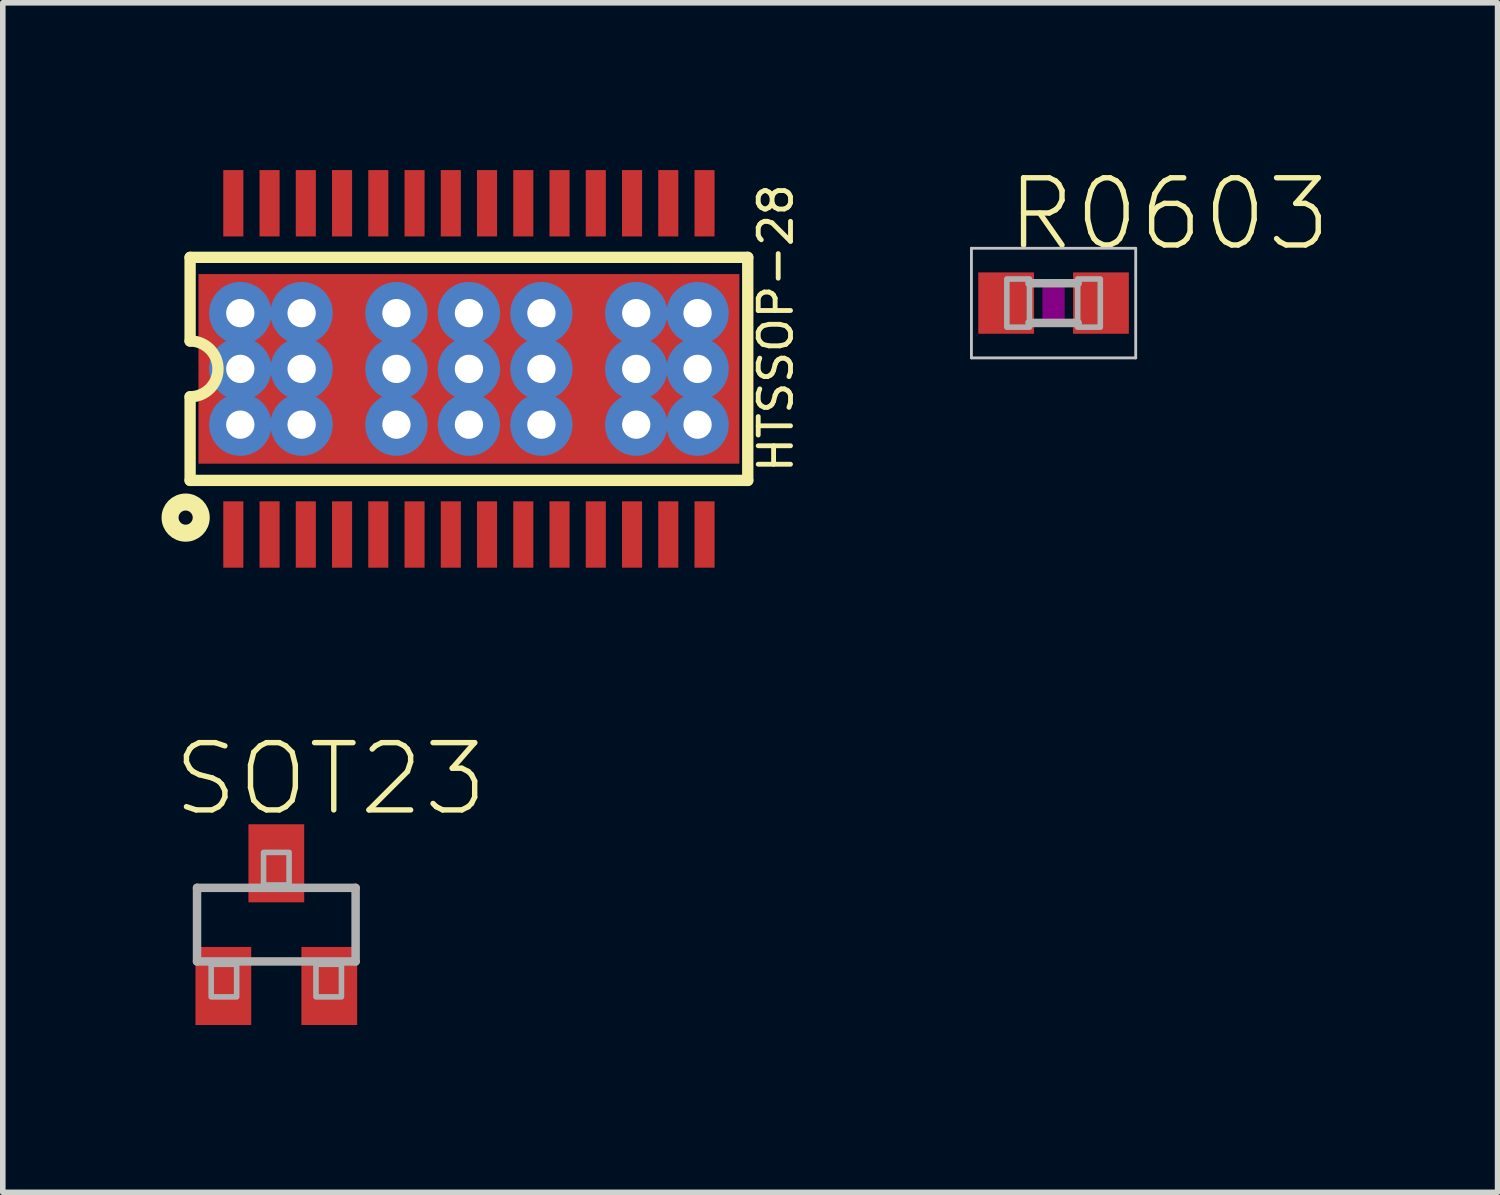
<source format=kicad_pcb>
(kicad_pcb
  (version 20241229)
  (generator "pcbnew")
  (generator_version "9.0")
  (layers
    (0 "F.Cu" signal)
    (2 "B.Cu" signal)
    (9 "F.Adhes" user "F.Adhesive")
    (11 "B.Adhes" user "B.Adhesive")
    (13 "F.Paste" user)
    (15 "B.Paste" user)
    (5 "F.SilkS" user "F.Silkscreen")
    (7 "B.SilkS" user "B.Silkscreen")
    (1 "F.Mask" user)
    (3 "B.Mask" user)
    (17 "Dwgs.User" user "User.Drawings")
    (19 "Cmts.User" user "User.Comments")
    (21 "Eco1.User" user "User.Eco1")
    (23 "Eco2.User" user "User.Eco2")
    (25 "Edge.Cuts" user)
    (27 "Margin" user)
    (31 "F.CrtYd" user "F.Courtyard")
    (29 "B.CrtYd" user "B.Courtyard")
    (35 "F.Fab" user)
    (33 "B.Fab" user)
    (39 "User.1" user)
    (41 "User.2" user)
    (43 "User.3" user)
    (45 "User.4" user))
  (footprint "R0603"
    (layer "F.Cu")
    (at 15.843 2.385)
    (property "Reference" "R0603" (at -0.889 -0.889 180) (layer "F.SilkS") (effects (font (size 1.206 1.206) (thickness 0.097)) (justify left bottom)))
    (attr through_hole)
    (fp_poly (pts (xy -0.2 0.4) (xy 0.2 0.4) (xy 0.2 -0.4) (xy -0.2 -0.4)) (stroke (width 0) (type solid)) (fill yes) (layer "F.Adhes"))
    (fp_line (start -1.473 -0.983) (end 1.473 -0.983) (stroke (width 0.051) (type solid)) (layer "Dwgs.User"))
    (fp_line (start -1.473 0.983) (end -1.473 -0.983) (stroke (width 0.051) (type solid)) (layer "Dwgs.User"))
    (fp_line (start 1.473 -0.983) (end 1.473 0.983) (stroke (width 0.051) (type solid)) (layer "Dwgs.User"))
    (fp_line (start 1.473 0.983) (end -1.473 0.983) (stroke (width 0.051) (type solid)) (layer "Dwgs.User"))
    (fp_line (start -0.432 0.356) (end 0.432 0.356) (stroke (width 0.152) (type solid)) (layer "F.Fab"))
    (fp_line (start 0.432 -0.356) (end -0.432 -0.356) (stroke (width 0.152) (type solid)) (layer "F.Fab"))
    (fp_poly (pts (xy -0.838 0.432) (xy -0.432 0.432) (xy -0.432 -0.432) (xy -0.838 -0.432)) (stroke (width 0.1) (type solid)) (fill no) (layer "F.Fab"))
    (fp_poly (pts (xy 0.432 0.432) (xy 0.838 0.432) (xy 0.838 -0.432) (xy 0.432 -0.432)) (stroke (width 0.1) (type solid)) (fill no) (layer "F.Fab"))
    (pad "1" smd rect (at -0.85 0) (size 1 1.1) (layers "F.Cu" "F.Mask" "F.Paste"))
    (pad "2" smd rect (at 0.85 0) (size 1 1.1) (layers "F.Cu" "F.Mask" "F.Paste")))
  (footprint "SOT23"
    (layer "F.Cu")
    (at 1.905 13.531)
    (property "Reference" "SOT23" (at -1.905 -1.905 180) (layer "F.SilkS") (effects (font (size 1.206 1.206) (thickness 0.097)) (justify left bottom)))
    (attr through_hole)
    (fp_line (start -1.422 -0.66) (end 1.422 -0.66) (stroke (width 0.152) (type solid)) (layer "F.Fab"))
    (fp_line (start -1.422 0.66) (end -1.422 -0.66) (stroke (width 0.152) (type solid)) (layer "F.Fab"))
    (fp_line (start 1.422 -0.66) (end 1.422 0.66) (stroke (width 0.152) (type solid)) (layer "F.Fab"))
    (fp_line (start 1.422 0.66) (end -1.422 0.66) (stroke (width 0.152) (type solid)) (layer "F.Fab"))
    (fp_poly (pts (xy -1.168 1.295) (xy -0.711 1.295) (xy -0.711 0.711) (xy -1.168 0.711)) (stroke (width 0.1) (type solid)) (fill no) (layer "F.Fab"))
    (fp_poly (pts (xy -0.229 -0.711) (xy 0.229 -0.711) (xy 0.229 -1.295) (xy -0.229 -1.295)) (stroke (width 0.1) (type solid)) (fill no) (layer "F.Fab"))
    (fp_poly (pts (xy 0.711 1.295) (xy 1.168 1.295) (xy 1.168 0.711) (xy 0.711 0.711)) (stroke (width 0.1) (type solid)) (fill no) (layer "F.Fab"))
    (pad "1" smd rect (at -0.95 1.1) (size 1 1.4) (layers "F.Cu" "F.Mask" "F.Paste"))
    (pad "2" smd rect (at 0.95 1.1) (size 1 1.4) (layers "F.Cu" "F.Mask" "F.Paste"))
    (pad "3" smd rect (at 0 -1.1) (size 1 1.4) (layers "F.Cu" "F.Mask" "F.Paste")))
  (footprint "HTSSOP-28"
    (layer "F.Cu")
    (at 5.359 3.565)
    (property "Reference" "HTSSOP-28" (at 5.842 1.905 90) (layer "F.SilkS") (effects (font (size 0.579 0.579) (thickness 0.087)) (justify left bottom)))
    (attr through_hole)
    (fp_poly (pts (xy -2.59 1.55) (xy 2.59 1.55) (xy 2.59 -1.55) (xy -2.59 -1.55)) (stroke (width 0) (type solid)) (fill yes) (layer "F.Mask"))
    (fp_line (start -5 -2) (end -5 -0.5) (stroke (width 0.203) (type solid)) (layer "F.SilkS"))
    (fp_line (start -5 -2) (end 5 -2) (stroke (width 0.203) (type solid)) (layer "F.SilkS"))
    (fp_line (start -5 0.5) (end -5 2) (stroke (width 0.203) (type solid)) (layer "F.SilkS"))
    (fp_line (start -5 2) (end 5 2) (stroke (width 0.203) (type solid)) (layer "F.SilkS"))
    (fp_line (start 5 -2) (end 5 2) (stroke (width 0.203) (type solid)) (layer "F.SilkS"))
    (fp_arc (start -5 -0.5) (mid -4.5 0) (end -5 0.5) (stroke (width 0.2032) (type solid)) (layer "F.SilkS"))
    (fp_circle (center -5.08 2.667) (end -4.953 2.667) (stroke (width 0.305) (type solid)) (fill no) (layer "F.SilkS"))
    (fp_poly (pts (xy -2.5 1.5) (xy 2.5 1.5) (xy 2.5 -1.5) (xy -2.5 -1.5)) (stroke (width 0) (type solid)) (fill yes) (layer "F.Paste"))
    (pad "1" smd rect (at -4.225 2.97) (size 0.36 1.19) (layers "F.Cu" "F.Mask" "F.Paste"))
    (pad "2" smd rect (at -3.575 2.97) (size 0.36 1.19) (layers "F.Cu" "F.Mask" "F.Paste"))
    (pad "3" smd rect (at -2.925 2.97) (size 0.36 1.19) (layers "F.Cu" "F.Mask" "F.Paste"))
    (pad "4" smd rect (at -2.275 2.97) (size 0.36 1.19) (layers "F.Cu" "F.Mask" "F.Paste"))
    (pad "5" smd rect (at -1.625 2.97) (size 0.36 1.19) (layers "F.Cu" "F.Mask" "F.Paste"))
    (pad "6" smd rect (at -0.975 2.97) (size 0.36 1.19) (layers "F.Cu" "F.Mask" "F.Paste"))
    (pad "7" smd rect (at -0.325 2.97) (size 0.36 1.19) (layers "F.Cu" "F.Mask" "F.Paste"))
    (pad "8" smd rect (at 0.325 2.97) (size 0.36 1.19) (layers "F.Cu" "F.Mask" "F.Paste"))
    (pad "9" smd rect (at 0.975 2.97) (size 0.36 1.19) (layers "F.Cu" "F.Mask" "F.Paste"))
    (pad "10" smd rect (at 1.625 2.97) (size 0.36 1.19) (layers "F.Cu" "F.Mask" "F.Paste"))
    (pad "11" smd rect (at 2.275 2.97) (size 0.36 1.19) (layers "F.Cu" "F.Mask" "F.Paste"))
    (pad "12" smd rect (at 2.925 2.97) (size 0.36 1.19) (layers "F.Cu" "F.Mask" "F.Paste"))
    (pad "13" smd rect (at 3.575 2.97) (size 0.36 1.19) (layers "F.Cu" "F.Mask" "F.Paste"))
    (pad "14" smd rect (at 4.225 2.97) (size 0.36 1.19) (layers "F.Cu" "F.Mask" "F.Paste"))
    (pad "15" smd rect (at 4.225 -2.97) (size 0.36 1.19) (layers "F.Cu" "F.Mask" "F.Paste"))
    (pad "16" smd rect (at 3.575 -2.97) (size 0.36 1.19) (layers "F.Cu" "F.Mask" "F.Paste"))
    (pad "17" smd rect (at 2.925 -2.97) (size 0.36 1.19) (layers "F.Cu" "F.Mask" "F.Paste"))
    (pad "18" smd rect (at 2.275 -2.97) (size 0.36 1.19) (layers "F.Cu" "F.Mask" "F.Paste"))
    (pad "19" smd rect (at 1.625 -2.97) (size 0.36 1.19) (layers "F.Cu" "F.Mask" "F.Paste"))
    (pad "20" smd rect (at 0.975 -2.97) (size 0.36 1.19) (layers "F.Cu" "F.Mask" "F.Paste"))
    (pad "21" smd rect (at 0.325 -2.97) (size 0.36 1.19) (layers "F.Cu" "F.Mask" "F.Paste"))
    (pad "22" smd rect (at -0.325 -2.97) (size 0.36 1.19) (layers "F.Cu" "F.Mask" "F.Paste"))
    (pad "23" smd rect (at -0.975 -2.97) (size 0.36 1.19) (layers "F.Cu" "F.Mask" "F.Paste"))
    (pad "24" smd rect (at -1.625 -2.97) (size 0.36 1.19) (layers "F.Cu" "F.Mask" "F.Paste"))
    (pad "25" smd rect (at -2.275 -2.97) (size 0.36 1.19) (layers "F.Cu" "F.Mask" "F.Paste"))
    (pad "26" smd rect (at -2.925 -2.97) (size 0.36 1.19) (layers "F.Cu" "F.Mask" "F.Paste"))
    (pad "27" smd rect (at -3.575 -2.97) (size 0.36 1.19) (layers "F.Cu" "F.Mask" "F.Paste"))
    (pad "28" smd rect (at -4.225 -2.97) (size 0.36 1.19) (layers "F.Cu" "F.Mask" "F.Paste"))
    (pad "GND@10" thru_hole circle (at -4.1 -1) (size 1.118 1.118) (drill 0.508) (layers "*.Cu" "*.Mask"))
    (pad "GND@11" thru_hole circle (at -4.1 0) (size 1.118 1.118) (drill 0.508) (layers "*.Cu" "*.Mask"))
    (pad "GND@12" thru_hole circle (at -4.1 1) (size 1.118 1.118) (drill 0.508) (layers "*.Cu" "*.Mask"))
    (pad "GND@13" thru_hole circle (at -3 1) (size 1.118 1.118) (drill 0.508) (layers "*.Cu" "*.Mask"))
    (pad "GND@14" thru_hole circle (at -3 0) (size 1.118 1.118) (drill 0.508) (layers "*.Cu" "*.Mask"))
    (pad "GND@15" thru_hole circle (at -3 -1) (size 1.118 1.118) (drill 0.508) (layers "*.Cu" "*.Mask"))
    (pad "GND@16" thru_hole circle (at -1.3 -1) (size 1.118 1.118) (drill 0.508) (layers "*.Cu" "*.Mask"))
    (pad "GND@17" thru_hole circle (at -1.3 0) (size 1.118 1.118) (drill 0.508) (layers "*.Cu" "*.Mask"))
    (pad "GND@18" thru_hole circle (at -1.3 1) (size 1.118 1.118) (drill 0.508) (layers "*.Cu" "*.Mask"))
    (pad "GND@19" thru_hole circle (at 0 1) (size 1.118 1.118) (drill 0.508) (layers "*.Cu" "*.Mask"))
    (pad "GND@20" thru_hole circle (at 0 0) (size 1.118 1.118) (drill 0.508) (layers "*.Cu" "*.Mask"))
    (pad "GND@21" thru_hole circle (at 0 -1) (size 1.118 1.118) (drill 0.508) (layers "*.Cu" "*.Mask"))
    (pad "GND@22" thru_hole circle (at 1.3 -1) (size 1.118 1.118) (drill 0.508) (layers "*.Cu" "*.Mask"))
    (pad "GND@23" thru_hole circle (at 1.3 0) (size 1.118 1.118) (drill 0.508) (layers "*.Cu" "*.Mask"))
    (pad "GND@24" thru_hole circle (at 1.3 1) (size 1.118 1.118) (drill 0.508) (layers "*.Cu" "*.Mask"))
    (pad "GND@25" thru_hole circle (at 3 1) (size 1.118 1.118) (drill 0.508) (layers "*.Cu" "*.Mask"))
    (pad "GND@26" thru_hole circle (at 3 0) (size 1.118 1.118) (drill 0.508) (layers "*.Cu" "*.Mask"))
    (pad "GND@27" thru_hole circle (at 3 -1) (size 1.118 1.118) (drill 0.508) (layers "*.Cu" "*.Mask"))
    (pad "GND@28" thru_hole circle (at 4.1 -1) (size 1.118 1.118) (drill 0.508) (layers "*.Cu" "*.Mask"))
    (pad "GND@29" thru_hole circle (at 4.1 0) (size 1.118 1.118) (drill 0.508) (layers "*.Cu" "*.Mask"))
    (pad "GND@30" thru_hole circle (at 4.1 1) (size 1.118 1.118) (drill 0.508) (layers "*.Cu" "*.Mask"))
    (pad "GND@PAD" smd rect (at 0 0) (size 9.7 3.4) (layers "F.Cu" "F.Mask")))
  (gr_rect
    (start -3 -3)
    (end 23.805 18.331)
    (stroke (width 0.1) (type default))
    (fill no)
    (layer "Edge.Cuts")))
</source>
